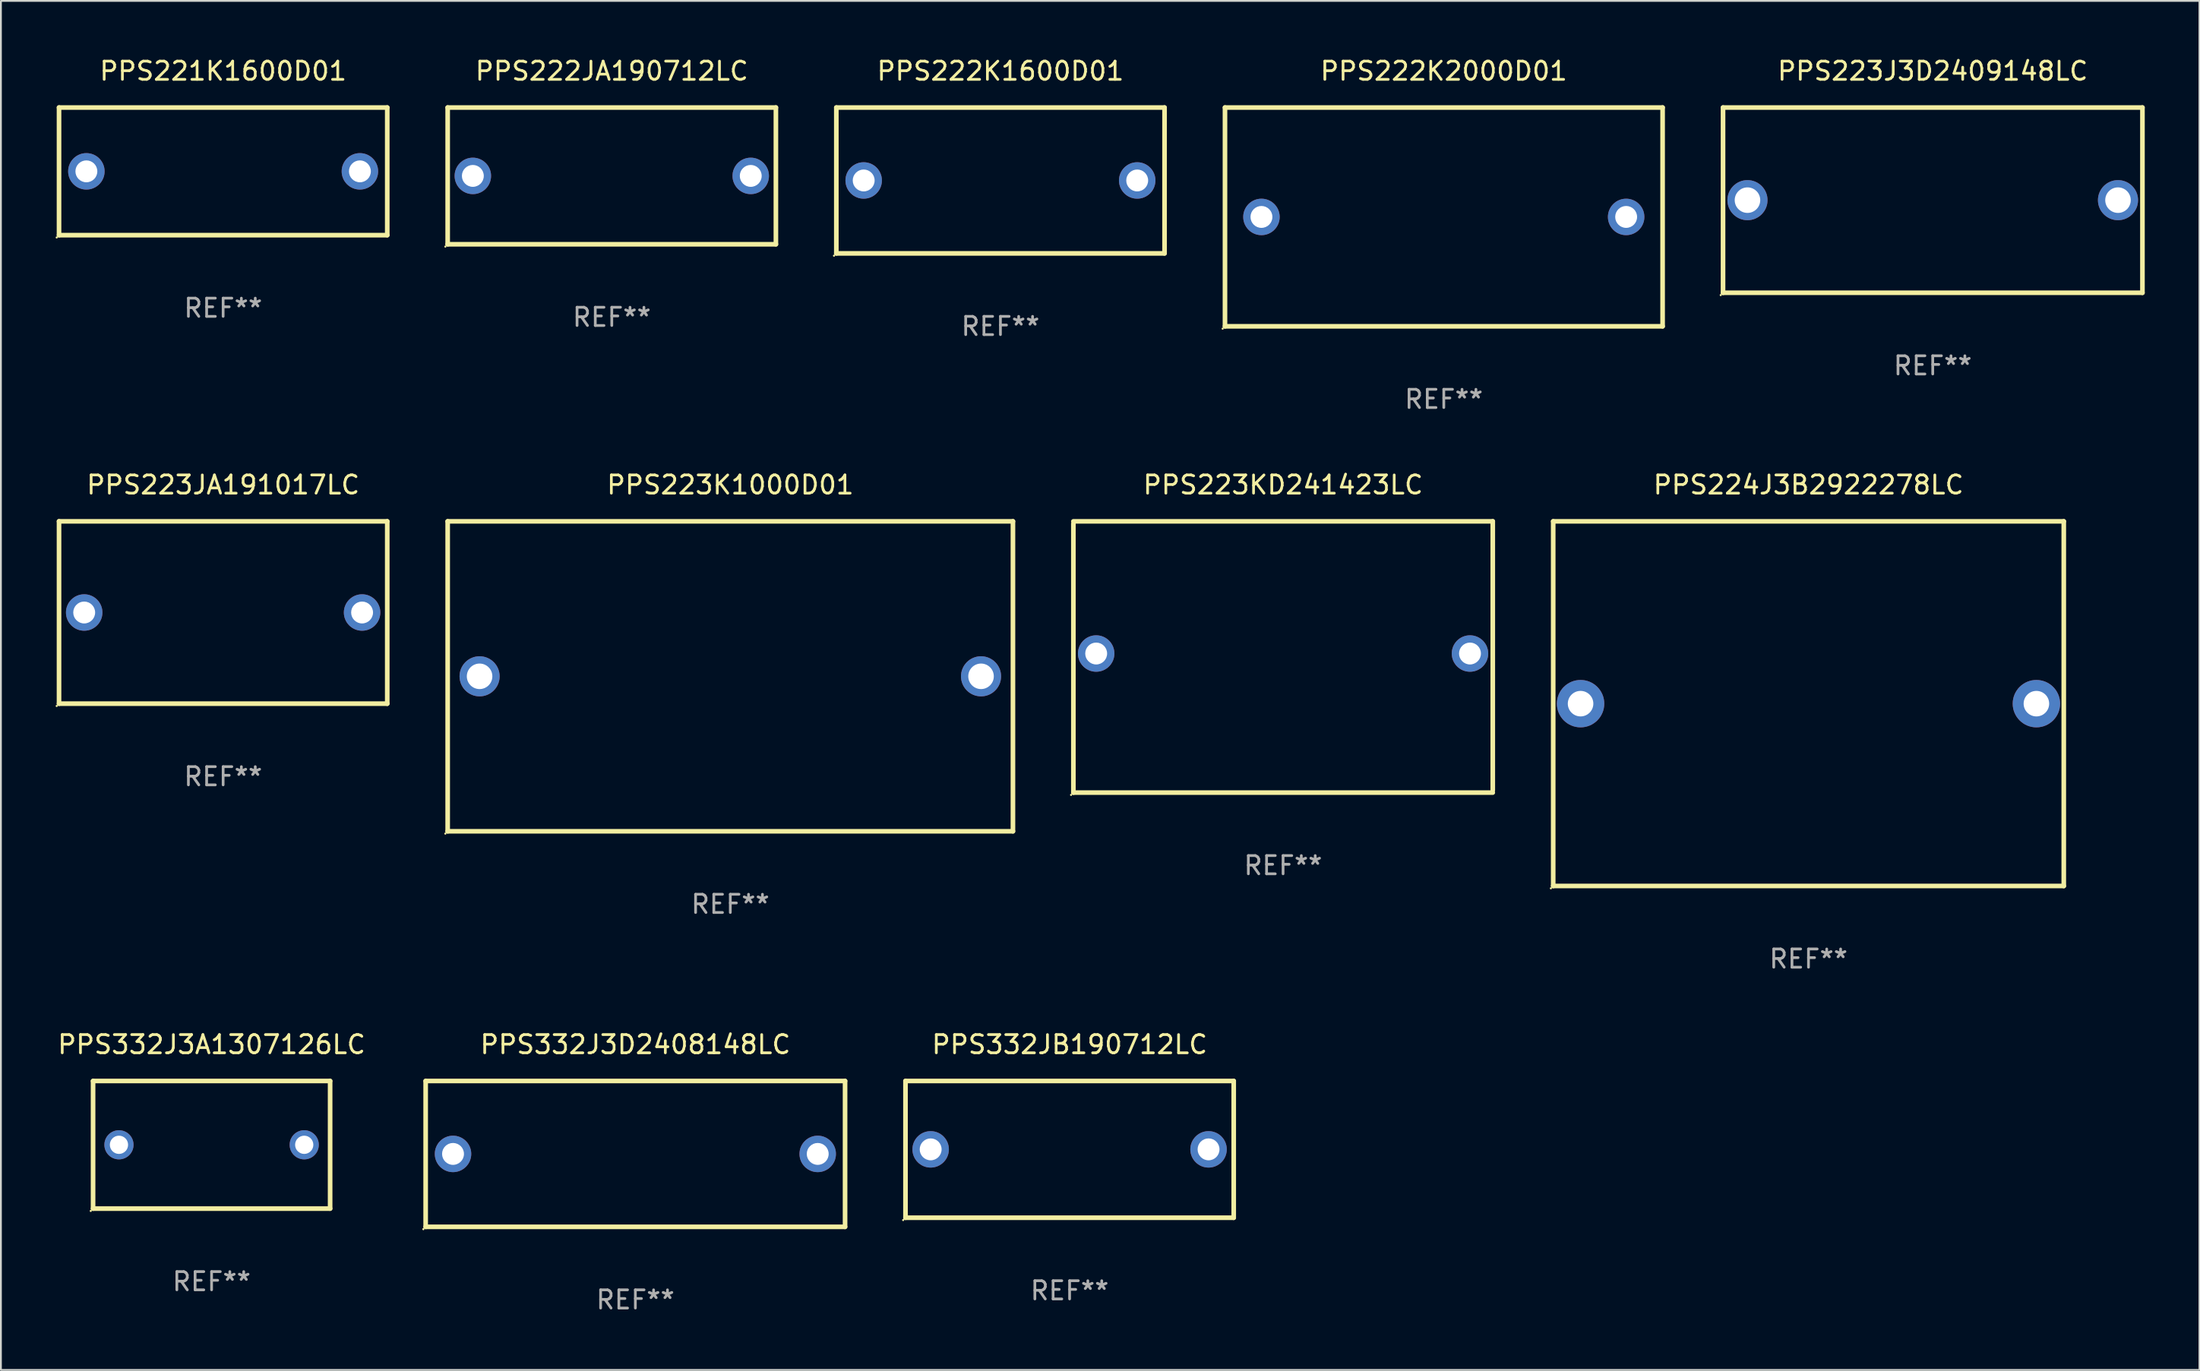
<source format=kicad_pcb>
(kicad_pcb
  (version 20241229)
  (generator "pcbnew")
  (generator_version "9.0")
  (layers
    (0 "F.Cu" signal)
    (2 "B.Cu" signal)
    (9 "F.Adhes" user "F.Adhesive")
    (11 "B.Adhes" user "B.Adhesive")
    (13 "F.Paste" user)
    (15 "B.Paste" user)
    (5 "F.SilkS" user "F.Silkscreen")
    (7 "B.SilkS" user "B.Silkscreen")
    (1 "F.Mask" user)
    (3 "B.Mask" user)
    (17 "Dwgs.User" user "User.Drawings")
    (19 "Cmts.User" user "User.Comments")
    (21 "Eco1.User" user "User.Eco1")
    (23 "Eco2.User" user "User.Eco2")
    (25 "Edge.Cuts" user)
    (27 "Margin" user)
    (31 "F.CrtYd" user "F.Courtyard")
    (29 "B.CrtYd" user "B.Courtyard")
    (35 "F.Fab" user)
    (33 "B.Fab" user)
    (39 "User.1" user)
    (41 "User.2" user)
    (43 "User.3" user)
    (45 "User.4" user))
  (footprint "PPS222K2000D01"
    (layer "F.Cu")
    (at 76.129 8.848)
    (property "Reference" "PPS222K2000D01" (at 0 -8 0) (layer "F.SilkS") (effects (font (size 1 1) (thickness 0.15))))
    (attr through_hole)
    (fp_line (start -12 -6) (end -12 6) (stroke (width 0.254) (type solid)) (layer "F.SilkS"))
    (fp_line (start -12 -6) (end 12 -6) (stroke (width 0.254) (type solid)) (layer "F.SilkS"))
    (fp_line (start -12 6) (end 12 6) (stroke (width 0.254) (type solid)) (layer "F.SilkS"))
    (fp_line (start 12 -6) (end 12 6) (stroke (width 0.254) (type solid)) (layer "F.SilkS"))
    (fp_circle (center -12.127 6.127) (end -12.097 6.127) (stroke (width 0.06) (type solid)) (fill no) (layer "F.SilkS"))
    (fp_text user "REF**" (at 0 10 0) (layer "F.Fab") (effects (font (size 1 1) (thickness 0.15))))
    (pad "1" thru_hole circle (at -10 0.000127) (size 2 2) (drill 1.2) (layers "*.Cu" "*.Mask"))
    (pad "2" thru_hole circle (at 10 0.000127) (size 2 2) (drill 1.2) (layers "*.Cu" "*.Mask")))
  (footprint "PPS332J3A1307126LC"
    (layer "F.Cu")
    (at 8.554 59.741)
    (property "Reference" "PPS332J3A1307126LC" (at 0 -5.5 0) (layer "F.SilkS") (effects (font (size 1 1) (thickness 0.15))))
    (attr through_hole)
    (fp_line (start -6.5 -3.5) (end 6.5 -3.5) (stroke (width 0.254) (type solid)) (layer "F.SilkS"))
    (fp_line (start -6.5 3.5) (end -6.5 -3.5) (stroke (width 0.254) (type solid)) (layer "F.SilkS"))
    (fp_line (start 6.5 -3.5) (end 6.5 3.5) (stroke (width 0.254) (type solid)) (layer "F.SilkS"))
    (fp_line (start 6.5 3.5) (end -6.5 3.5) (stroke (width 0.254) (type solid)) (layer "F.SilkS"))
    (fp_circle (center -6.627 3.627) (end -6.597 3.627) (stroke (width 0.06) (type solid)) (fill no) (layer "F.SilkS"))
    (fp_text user "REF**" (at 0 7.5 0) (layer "F.Fab") (effects (font (size 1 1) (thickness 0.15))))
    (pad "1" thru_hole circle (at -5.08 -0.000127) (size 1.6 1.6) (drill 1) (layers "*.Cu" "*.Mask"))
    (pad "2" thru_hole circle (at 5.08 -0.000127) (size 1.6 1.6) (drill 1) (layers "*.Cu" "*.Mask")))
  (footprint "PPS222K1600D01"
    (layer "F.Cu")
    (at 51.815 6.848)
    (property "Reference" "PPS222K1600D01" (at 0 -6 0) (layer "F.SilkS") (effects (font (size 1 1) (thickness 0.15))))
    (attr through_hole)
    (fp_line (start -9 -4) (end 9 -4) (stroke (width 0.254) (type solid)) (layer "F.SilkS"))
    (fp_line (start -9 4) (end -9 -4) (stroke (width 0.254) (type solid)) (layer "F.SilkS"))
    (fp_line (start 9 -4) (end 9 4) (stroke (width 0.254) (type solid)) (layer "F.SilkS"))
    (fp_line (start 9 4) (end -9 4) (stroke (width 0.254) (type solid)) (layer "F.SilkS"))
    (fp_circle (center -9.127 4.127) (end -9.097 4.127) (stroke (width 0.06) (type solid)) (fill no) (layer "F.SilkS"))
    (fp_text user "REF**" (at 0 8 0) (layer "F.Fab") (effects (font (size 1 1) (thickness 0.15))))
    (pad "1" thru_hole circle (at -7.5 0) (size 2 2) (drill 1.2) (layers "*.Cu" "*.Mask"))
    (pad "2" thru_hole circle (at 7.5 0) (size 2 2) (drill 1.2) (layers "*.Cu" "*.Mask")))
  (footprint "PPS222JA190712LC"
    (layer "F.Cu")
    (at 30.501 6.598)
    (property "Reference" "PPS222JA190712LC" (at 0 -5.75 0) (layer "F.SilkS") (effects (font (size 1 1) (thickness 0.15))))
    (attr through_hole)
    (fp_line (start -9 -3.75) (end 9 -3.75) (stroke (width 0.254) (type solid)) (layer "F.SilkS"))
    (fp_line (start -9 3.75) (end -9 -3.75) (stroke (width 0.254) (type solid)) (layer "F.SilkS"))
    (fp_line (start 9 -3.75) (end 9 3.75) (stroke (width 0.254) (type solid)) (layer "F.SilkS"))
    (fp_line (start 9 3.75) (end -9 3.75) (stroke (width 0.254) (type solid)) (layer "F.SilkS"))
    (fp_circle (center -9.127 3.877) (end -9.097 3.877) (stroke (width 0.06) (type solid)) (fill no) (layer "F.SilkS"))
    (fp_text user "REF**" (at 0 7.75 0) (layer "F.Fab") (effects (font (size 1 1) (thickness 0.15))))
    (pad "1" thru_hole circle (at -7.62 0) (size 2 2) (drill 1.2) (layers "*.Cu" "*.Mask"))
    (pad "2" thru_hole circle (at 7.62 0) (size 2 2) (drill 1.2) (layers "*.Cu" "*.Mask")))
  (footprint "PPS223J3D2409148LC"
    (layer "F.Cu")
    (at 102.943 7.928)
    (property "Reference" "PPS223J3D2409148LC" (at 0 -7.08 0) (layer "F.SilkS") (effects (font (size 1 1) (thickness 0.15))))
    (attr through_hole)
    (fp_line (start -11.5 -5.08) (end -11.5 5.08) (stroke (width 0.254) (type solid)) (layer "F.SilkS"))
    (fp_line (start -11.5 -5.08) (end 11.5 -5.08) (stroke (width 0.254) (type solid)) (layer "F.SilkS"))
    (fp_line (start 11.5 5.08) (end -11.5 5.08) (stroke (width 0.254) (type solid)) (layer "F.SilkS"))
    (fp_line (start 11.5 5.08) (end 11.5 -5.08) (stroke (width 0.254) (type solid)) (layer "F.SilkS"))
    (fp_circle (center -11.627 5.207) (end -11.597 5.207) (stroke (width 0.06) (type solid)) (fill no) (layer "F.SilkS"))
    (fp_text user "REF**" (at 0 9.08 0) (layer "F.Fab") (effects (font (size 1 1) (thickness 0.15))))
    (pad "1" thru_hole circle (at -10.16 0) (size 2.2 2.2) (drill 1.4) (layers "*.Cu" "*.Mask"))
    (pad "2" thru_hole circle (at 10.16 0) (size 2.2 2.2) (drill 1.4) (layers "*.Cu" "*.Mask")))
  (footprint "PPS332JB190712LC"
    (layer "F.Cu")
    (at 55.608 59.991)
    (property "Reference" "PPS332JB190712LC" (at 0 -5.75 0) (layer "F.SilkS") (effects (font (size 1 1) (thickness 0.15))))
    (attr through_hole)
    (fp_line (start -9 -3.75) (end 9 -3.75) (stroke (width 0.254) (type solid)) (layer "F.SilkS"))
    (fp_line (start -9 3.75) (end -9 -3.75) (stroke (width 0.254) (type solid)) (layer "F.SilkS"))
    (fp_line (start 9 -3.75) (end 9 3.75) (stroke (width 0.254) (type solid)) (layer "F.SilkS"))
    (fp_line (start 9 3.75) (end -9 3.75) (stroke (width 0.254) (type solid)) (layer "F.SilkS"))
    (fp_circle (center -9.127 3.877) (end -9.097 3.877) (stroke (width 0.06) (type solid)) (fill no) (layer "F.SilkS"))
    (fp_text user "REF**" (at 0 7.75 0) (layer "F.Fab") (effects (font (size 1 1) (thickness 0.15))))
    (pad "1" thru_hole circle (at -7.62 0) (size 2 2) (drill 1.2) (layers "*.Cu" "*.Mask"))
    (pad "2" thru_hole circle (at 7.62 0) (size 2 2) (drill 1.2) (layers "*.Cu" "*.Mask")))
  (footprint "PPS223KD241423LC"
    (layer "F.Cu")
    (at 67.315 32.984)
    (property "Reference" "PPS223KD241423LC" (at 0 -9.439 0) (layer "F.SilkS") (effects (font (size 1 1) (thickness 0.15))))
    (attr through_hole)
    (fp_line (start -11.5 -7.439) (end 11.5 -7.439) (stroke (width 0.254) (type solid)) (layer "F.SilkS"))
    (fp_line (start -11.5 7.439) (end -11.5 -7.311) (stroke (width 0.254) (type solid)) (layer "F.SilkS"))
    (fp_line (start 11.5 -7.439) (end 11.5 7.311) (stroke (width 0.254) (type solid)) (layer "F.SilkS"))
    (fp_line (start 11.5 7.439) (end -11.5 7.439) (stroke (width 0.254) (type solid)) (layer "F.SilkS"))
    (fp_circle (center -11.627 7.566) (end -11.597 7.566) (stroke (width 0.06) (type solid)) (fill no) (layer "F.SilkS"))
    (fp_text user "REF**" (at 0 11.439 0) (layer "F.Fab") (effects (font (size 1 1) (thickness 0.15))))
    (pad "1" thru_hole circle (at -10.25 -0.189) (size 2 2) (drill 1.2) (layers "*.Cu" "*.Mask"))
    (pad "2" thru_hole circle (at 10.25 -0.189) (size 2 2) (drill 1.2) (layers "*.Cu" "*.Mask")))
  (footprint "PPS223K1000D01"
    (layer "F.Cu")
    (at 37.001 34.045)
    (property "Reference" "PPS223K1000D01" (at 0 -10.5 0) (layer "F.SilkS") (effects (font (size 1 1) (thickness 0.15))))
    (attr through_hole)
    (fp_line (start -15.5 -8.5) (end 15.5 -8.5) (stroke (width 0.254) (type solid)) (layer "F.SilkS"))
    (fp_line (start -15.5 8.5) (end -15.5 -8.5) (stroke (width 0.254) (type solid)) (layer "F.SilkS"))
    (fp_line (start 15.5 8.5) (end -15.5 8.5) (stroke (width 0.254) (type solid)) (layer "F.SilkS"))
    (fp_line (start 15.5 8.5) (end 15.5 -8.5) (stroke (width 0.254) (type solid)) (layer "F.SilkS"))
    (fp_circle (center -15.627 8.627) (end -15.597 8.627) (stroke (width 0.06) (type solid)) (fill no) (layer "F.SilkS"))
    (fp_text user "REF**" (at 0 12.5 0) (layer "F.Fab") (effects (font (size 1 1) (thickness 0.15))))
    (pad "1" thru_hole circle (at -13.75 0) (size 2.2 2.2) (drill 1.4) (layers "*.Cu" "*.Mask"))
    (pad "2" thru_hole circle (at 13.75 0) (size 2.2 2.2) (drill 1.4) (layers "*.Cu" "*.Mask")))
  (footprint "PPS332J3D2408148LC"
    (layer "F.Cu")
    (at 31.794 60.241)
    (property "Reference" "PPS332J3D2408148LC" (at 0 -6 0) (layer "F.SilkS") (effects (font (size 1 1) (thickness 0.15))))
    (attr through_hole)
    (fp_line (start -11.5 -4) (end -11.5 4) (stroke (width 0.254) (type solid)) (layer "F.SilkS"))
    (fp_line (start -11.5 -4) (end 11.5 -4) (stroke (width 0.254) (type solid)) (layer "F.SilkS"))
    (fp_line (start -11.5 4) (end 11.5 4) (stroke (width 0.254) (type solid)) (layer "F.SilkS"))
    (fp_line (start 11.5 -4) (end 11.5 4) (stroke (width 0.254) (type solid)) (layer "F.SilkS"))
    (fp_circle (center -11.627 4.127) (end -11.597 4.127) (stroke (width 0.06) (type solid)) (fill no) (layer "F.SilkS"))
    (fp_text user "REF**" (at 0 8 0) (layer "F.Fab") (effects (font (size 1 1) (thickness 0.15))))
    (pad "1" thru_hole circle (at -10 0) (size 2 2) (drill 1.2) (layers "*.Cu" "*.Mask"))
    (pad "2" thru_hole circle (at 10 0) (size 2 2) (drill 1.2) (layers "*.Cu" "*.Mask")))
  (footprint "PPS223JA191017LC"
    (layer "F.Cu")
    (at 9.187 30.545)
    (property "Reference" "PPS223JA191017LC" (at 0 -7 0) (layer "F.SilkS") (effects (font (size 1 1) (thickness 0.15))))
    (attr through_hole)
    (fp_line (start -9 -5) (end 9 -5) (stroke (width 0.254) (type solid)) (layer "F.SilkS"))
    (fp_line (start -9 5) (end -9 -5) (stroke (width 0.254) (type solid)) (layer "F.SilkS"))
    (fp_line (start 9 -5) (end 9 5) (stroke (width 0.254) (type solid)) (layer "F.SilkS"))
    (fp_line (start 9 5) (end -9 5) (stroke (width 0.254) (type solid)) (layer "F.SilkS"))
    (fp_circle (center -9.127 5.127) (end -9.097 5.127) (stroke (width 0.06) (type solid)) (fill no) (layer "F.SilkS"))
    (fp_text user "REF**" (at 0 9 0) (layer "F.Fab") (effects (font (size 1 1) (thickness 0.15))))
    (pad "1" thru_hole circle (at -7.62 0) (size 2 2) (drill 1.2) (layers "*.Cu" "*.Mask"))
    (pad "2" thru_hole circle (at 7.62 0) (size 2 2) (drill 1.2) (layers "*.Cu" "*.Mask")))
  (footprint "PPS224J3B2922278LC"
    (layer "F.Cu")
    (at 96.129 35.545)
    (property "Reference" "PPS224J3B2922278LC" (at 0 -12 0) (layer "F.SilkS") (effects (font (size 1 1) (thickness 0.15))))
    (attr through_hole)
    (fp_line (start -14 -10) (end 14 -10) (stroke (width 0.254) (type solid)) (layer "F.SilkS"))
    (fp_line (start -14 10) (end -14 -10) (stroke (width 0.254) (type solid)) (layer "F.SilkS"))
    (fp_line (start 14 -10) (end 14 10) (stroke (width 0.254) (type solid)) (layer "F.SilkS"))
    (fp_line (start 14 10) (end -14 10) (stroke (width 0.254) (type solid)) (layer "F.SilkS"))
    (fp_circle (center -14.127 10.127) (end -14.097 10.127) (stroke (width 0.06) (type solid)) (fill no) (layer "F.SilkS"))
    (fp_text user "REF**" (at 0 14 0) (layer "F.Fab") (effects (font (size 1 1) (thickness 0.15))))
    (pad "1" thru_hole circle (at -12.499 0) (size 2.6 2.6) (drill 1.4) (layers "*.Cu" "*.Mask"))
    (pad "2" thru_hole circle (at 12.499 0) (size 2.6 2.6) (drill 1.4) (layers "*.Cu" "*.Mask")))
  (footprint "PPS221K1600D01"
    (layer "F.Cu")
    (at 9.187 6.348)
    (property "Reference" "PPS221K1600D01" (at 0 -5.5 0) (layer "F.SilkS") (effects (font (size 1 1) (thickness 0.15))))
    (attr through_hole)
    (fp_line (start -9 -3.5) (end 9 -3.5) (stroke (width 0.254) (type solid)) (layer "F.SilkS"))
    (fp_line (start -9 3.5) (end -9 -3.5) (stroke (width 0.254) (type solid)) (layer "F.SilkS"))
    (fp_line (start 9 3.5) (end -9 3.5) (stroke (width 0.254) (type solid)) (layer "F.SilkS"))
    (fp_line (start 9 3.5) (end 9 -3.5) (stroke (width 0.254) (type solid)) (layer "F.SilkS"))
    (fp_circle (center -9.127 3.627) (end -9.097 3.627) (stroke (width 0.06) (type solid)) (fill no) (layer "F.SilkS"))
    (fp_text user "REF**" (at 0 7.5 0) (layer "F.Fab") (effects (font (size 1 1) (thickness 0.15))))
    (pad "1" thru_hole circle (at -7.5 0) (size 2 2) (drill 1.2) (layers "*.Cu" "*.Mask"))
    (pad "2" thru_hole circle (at 7.5 0) (size 2 2) (drill 1.2) (layers "*.Cu" "*.Mask")))
  (gr_rect
    (start -3 -3)
    (end 117.57 72.09)
    (stroke (width 0.1) (type default))
    (fill no)
    (layer "Edge.Cuts")))
</source>
